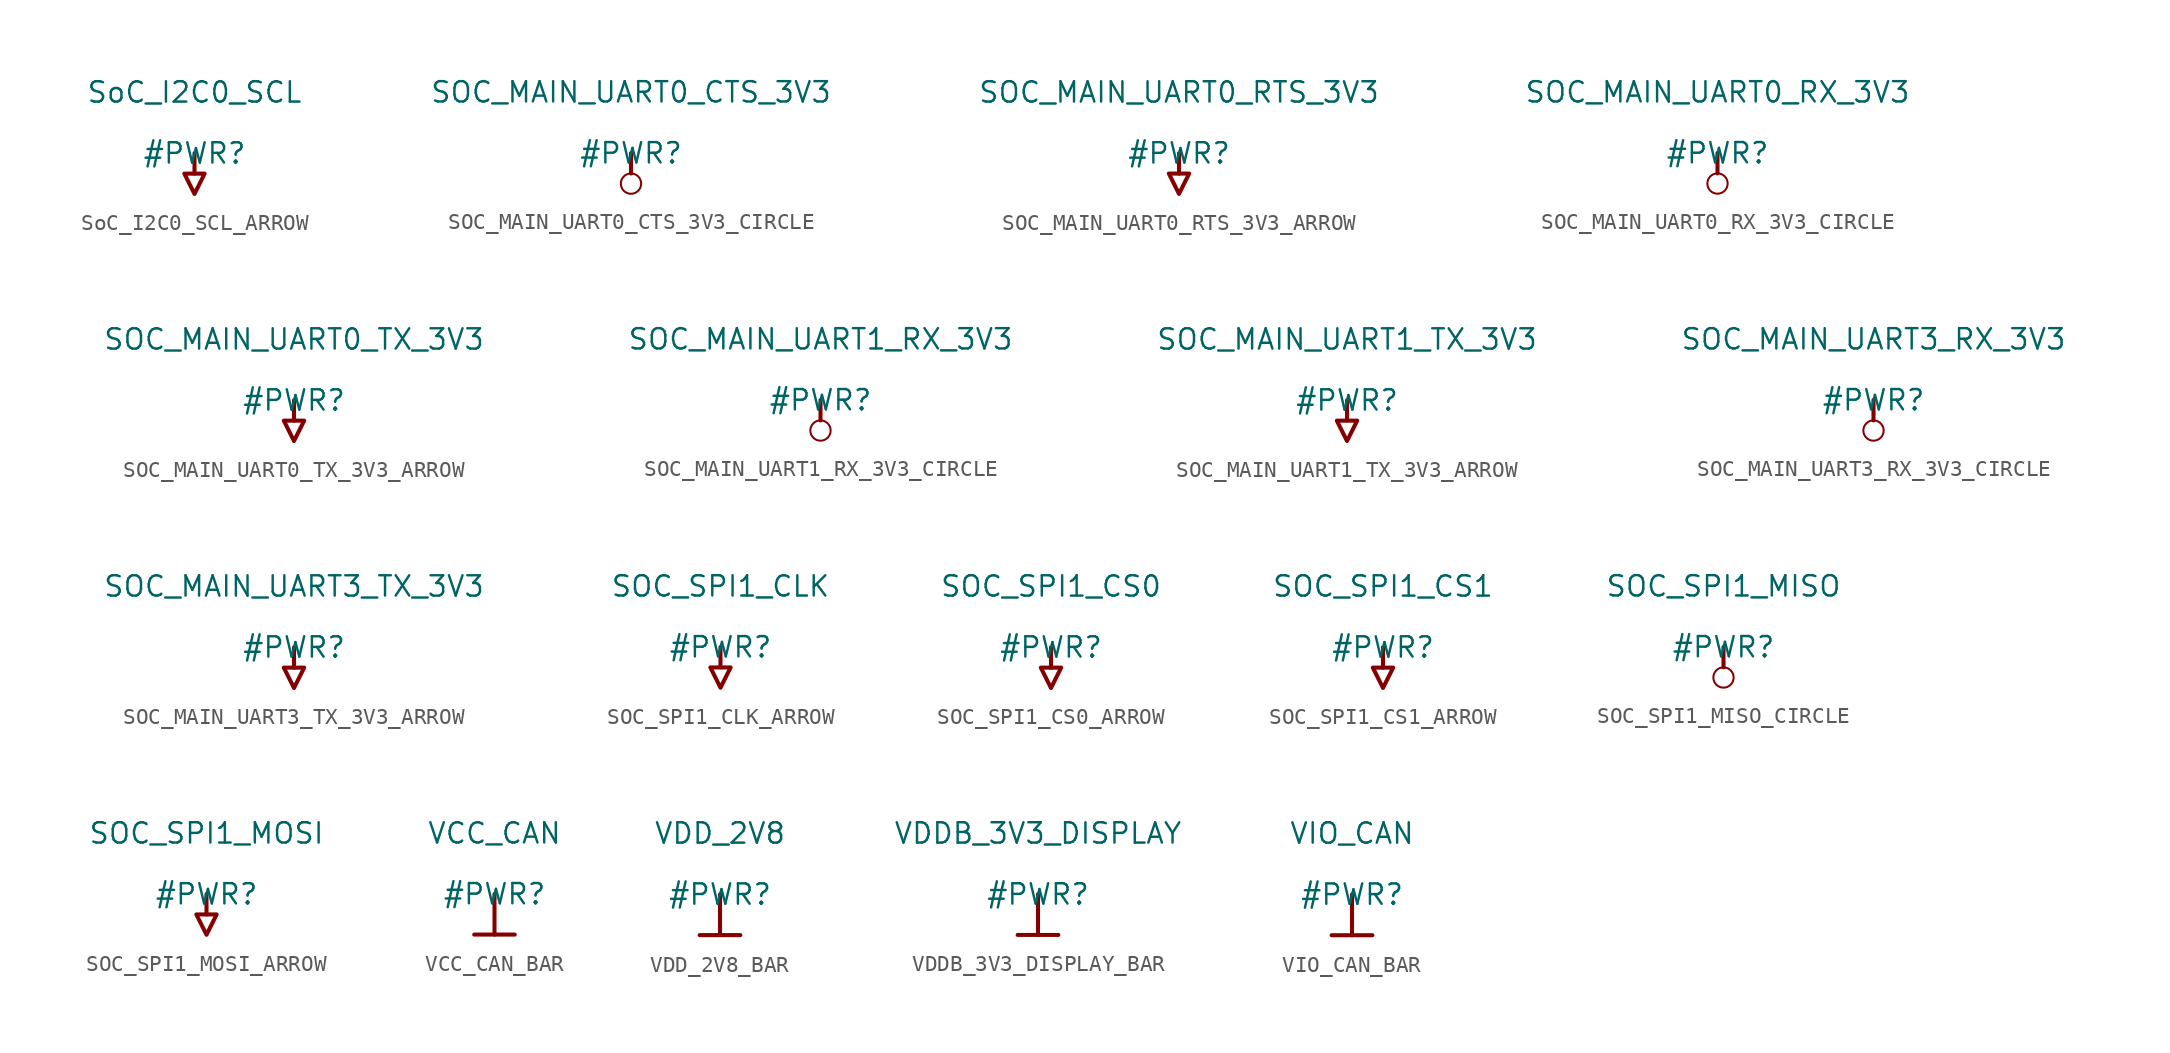
<source format=kicad_sym>
(kicad_symbol_lib
  (version 20231120)
  (generator "kicad_symbol_editor")
  (generator_version "8.0")
  (symbol "SoC_I2C0_SCL_ARROW"
    (power)
    (property "Reference" "#PWR"
      (at 0 0 0)
      (effects (font (size 1.27 1.27))))
    (property "Value" "SoC_I2C0_SCL"
      (at 0 3.81 0)
      (effects (font (size 1.27 1.27))))
    (symbol "SoC_I2C0_SCL_ARROW_0_0"
      (polyline (pts (xy 0 0) (xy 0 -1.27)) (stroke (width 0.254) (type solid)) (fill (type none)))
      (polyline (pts (xy -0.635 -1.27) (xy 0.635 -1.27) (xy 0 -2.54) (xy -0.635 -1.27)) (stroke (width 0.254) (type solid)) (fill (type none)))
      (pin power_in line (at 0 0 0) (length 0) hide (name "SoC_I2C0_SCL" (effects (font (size 1.27 1.27)))) (number "" (effects (font (size 1.27 1.27)))))))
  (symbol "SOC_MAIN_UART0_CTS_3V3_CIRCLE"
    (power)
    (property "Reference" "#PWR"
      (at 0 0 0)
      (effects (font (size 1.27 1.27))))
    (property "Value" "SOC_MAIN_UART0_CTS_3V3"
      (at 0 3.81 0)
      (effects (font (size 1.27 1.27))))
    (symbol "SOC_MAIN_UART0_CTS_3V3_CIRCLE_0_0"
      (circle (center 0 -1.905) (radius 0.635) (stroke (width 0.127) (type solid)) (fill (type none)))
      (polyline (pts (xy 0 0) (xy 0 -1.27)) (stroke (width 0.254) (type solid)) (fill (type none)))
      (pin power_in line (at 0 0 0) (length 0) hide (name "SOC_MAIN_UART0_CTS_3V3" (effects (font (size 1.27 1.27)))) (number "" (effects (font (size 1.27 1.27)))))))
  (symbol "SOC_MAIN_UART0_RTS_3V3_ARROW"
    (power)
    (property "Reference" "#PWR"
      (at 0 0 0)
      (effects (font (size 1.27 1.27))))
    (property "Value" "SOC_MAIN_UART0_RTS_3V3"
      (at 0 3.81 0)
      (effects (font (size 1.27 1.27))))
    (symbol "SOC_MAIN_UART0_RTS_3V3_ARROW_0_0"
      (polyline (pts (xy 0 0) (xy 0 -1.27)) (stroke (width 0.254) (type solid)) (fill (type none)))
      (polyline (pts (xy -0.635 -1.27) (xy 0.635 -1.27) (xy 0 -2.54) (xy -0.635 -1.27)) (stroke (width 0.254) (type solid)) (fill (type none)))
      (pin power_in line (at 0 0 0) (length 0) hide (name "SOC_MAIN_UART0_RTS_3V3" (effects (font (size 1.27 1.27)))) (number "" (effects (font (size 1.27 1.27)))))))
  (symbol "SOC_MAIN_UART0_RX_3V3_CIRCLE"
    (power)
    (property "Reference" "#PWR"
      (at 0 0 0)
      (effects (font (size 1.27 1.27))))
    (property "Value" "SOC_MAIN_UART0_RX_3V3"
      (at 0 3.81 0)
      (effects (font (size 1.27 1.27))))
    (symbol "SOC_MAIN_UART0_RX_3V3_CIRCLE_0_0"
      (circle (center 0 -1.905) (radius 0.635) (stroke (width 0.127) (type solid)) (fill (type none)))
      (polyline (pts (xy 0 0) (xy 0 -1.27)) (stroke (width 0.254) (type solid)) (fill (type none)))
      (pin power_in line (at 0 0 0) (length 0) hide (name "SOC_MAIN_UART0_RX_3V3" (effects (font (size 1.27 1.27)))) (number "" (effects (font (size 1.27 1.27)))))))
  (symbol "SOC_MAIN_UART0_TX_3V3_ARROW"
    (power)
    (property "Reference" "#PWR"
      (at 0 0 0)
      (effects (font (size 1.27 1.27))))
    (property "Value" "SOC_MAIN_UART0_TX_3V3"
      (at 0 3.81 0)
      (effects (font (size 1.27 1.27))))
    (symbol "SOC_MAIN_UART0_TX_3V3_ARROW_0_0"
      (polyline (pts (xy 0 0) (xy 0 -1.27)) (stroke (width 0.254) (type solid)) (fill (type none)))
      (polyline (pts (xy -0.635 -1.27) (xy 0.635 -1.27) (xy 0 -2.54) (xy -0.635 -1.27)) (stroke (width 0.254) (type solid)) (fill (type none)))
      (pin power_in line (at 0 0 0) (length 0) hide (name "SOC_MAIN_UART0_TX_3V3" (effects (font (size 1.27 1.27)))) (number "" (effects (font (size 1.27 1.27)))))))
  (symbol "SOC_MAIN_UART1_RX_3V3_CIRCLE"
    (power)
    (property "Reference" "#PWR"
      (at 0 0 0)
      (effects (font (size 1.27 1.27))))
    (property "Value" "SOC_MAIN_UART1_RX_3V3"
      (at 0 3.81 0)
      (effects (font (size 1.27 1.27))))
    (symbol "SOC_MAIN_UART1_RX_3V3_CIRCLE_0_0"
      (circle (center 0 -1.905) (radius 0.635) (stroke (width 0.127) (type solid)) (fill (type none)))
      (polyline (pts (xy 0 0) (xy 0 -1.27)) (stroke (width 0.254) (type solid)) (fill (type none)))
      (pin power_in line (at 0 0 0) (length 0) hide (name "SOC_MAIN_UART1_RX_3V3" (effects (font (size 1.27 1.27)))) (number "" (effects (font (size 1.27 1.27)))))))
  (symbol "SOC_MAIN_UART1_TX_3V3_ARROW"
    (power)
    (property "Reference" "#PWR"
      (at 0 0 0)
      (effects (font (size 1.27 1.27))))
    (property "Value" "SOC_MAIN_UART1_TX_3V3"
      (at 0 3.81 0)
      (effects (font (size 1.27 1.27))))
    (symbol "SOC_MAIN_UART1_TX_3V3_ARROW_0_0"
      (polyline (pts (xy 0 0) (xy 0 -1.27)) (stroke (width 0.254) (type solid)) (fill (type none)))
      (polyline (pts (xy -0.635 -1.27) (xy 0.635 -1.27) (xy 0 -2.54) (xy -0.635 -1.27)) (stroke (width 0.254) (type solid)) (fill (type none)))
      (pin power_in line (at 0 0 0) (length 0) hide (name "SOC_MAIN_UART1_TX_3V3" (effects (font (size 1.27 1.27)))) (number "" (effects (font (size 1.27 1.27)))))))
  (symbol "SOC_MAIN_UART3_RX_3V3_CIRCLE"
    (power)
    (property "Reference" "#PWR"
      (at 0 0 0)
      (effects (font (size 1.27 1.27))))
    (property "Value" "SOC_MAIN_UART3_RX_3V3"
      (at 0 3.81 0)
      (effects (font (size 1.27 1.27))))
    (symbol "SOC_MAIN_UART3_RX_3V3_CIRCLE_0_0"
      (circle (center 0 -1.905) (radius 0.635) (stroke (width 0.127) (type solid)) (fill (type none)))
      (polyline (pts (xy 0 0) (xy 0 -1.27)) (stroke (width 0.254) (type solid)) (fill (type none)))
      (pin power_in line (at 0 0 0) (length 0) hide (name "SOC_MAIN_UART3_RX_3V3" (effects (font (size 1.27 1.27)))) (number "" (effects (font (size 1.27 1.27)))))))
  (symbol "SOC_MAIN_UART3_TX_3V3_ARROW"
    (power)
    (property "Reference" "#PWR"
      (at 0 0 0)
      (effects (font (size 1.27 1.27))))
    (property "Value" "SOC_MAIN_UART3_TX_3V3"
      (at 0 3.81 0)
      (effects (font (size 1.27 1.27))))
    (symbol "SOC_MAIN_UART3_TX_3V3_ARROW_0_0"
      (polyline (pts (xy 0 0) (xy 0 -1.27)) (stroke (width 0.254) (type solid)) (fill (type none)))
      (polyline (pts (xy -0.635 -1.27) (xy 0.635 -1.27) (xy 0 -2.54) (xy -0.635 -1.27)) (stroke (width 0.254) (type solid)) (fill (type none)))
      (pin power_in line (at 0 0 0) (length 0) hide (name "SOC_MAIN_UART3_TX_3V3" (effects (font (size 1.27 1.27)))) (number "" (effects (font (size 1.27 1.27)))))))
  (symbol "SOC_SPI1_CLK_ARROW"
    (power)
    (property "Reference" "#PWR"
      (at 0 0 0)
      (effects (font (size 1.27 1.27))))
    (property "Value" "SOC_SPI1_CLK"
      (at 0 3.81 0)
      (effects (font (size 1.27 1.27))))
    (symbol "SOC_SPI1_CLK_ARROW_0_0"
      (polyline (pts (xy 0 0) (xy 0 -1.27)) (stroke (width 0.254) (type solid)) (fill (type none)))
      (polyline (pts (xy -0.635 -1.27) (xy 0.635 -1.27) (xy 0 -2.54) (xy -0.635 -1.27)) (stroke (width 0.254) (type solid)) (fill (type none)))
      (pin power_in line (at 0 0 0) (length 0) hide (name "SOC_SPI1_CLK" (effects (font (size 1.27 1.27)))) (number "" (effects (font (size 1.27 1.27)))))))
  (symbol "SOC_SPI1_CS0_ARROW"
    (power)
    (property "Reference" "#PWR"
      (at 0 0 0)
      (effects (font (size 1.27 1.27))))
    (property "Value" "SOC_SPI1_CS0"
      (at 0 3.81 0)
      (effects (font (size 1.27 1.27))))
    (symbol "SOC_SPI1_CS0_ARROW_0_0"
      (polyline (pts (xy 0 0) (xy 0 -1.27)) (stroke (width 0.254) (type solid)) (fill (type none)))
      (polyline (pts (xy -0.635 -1.27) (xy 0.635 -1.27) (xy 0 -2.54) (xy -0.635 -1.27)) (stroke (width 0.254) (type solid)) (fill (type none)))
      (pin power_in line (at 0 0 0) (length 0) hide (name "SOC_SPI1_CS0" (effects (font (size 1.27 1.27)))) (number "" (effects (font (size 1.27 1.27)))))))
  (symbol "SOC_SPI1_CS1_ARROW"
    (power)
    (property "Reference" "#PWR"
      (at 0 0 0)
      (effects (font (size 1.27 1.27))))
    (property "Value" "SOC_SPI1_CS1"
      (at 0 3.81 0)
      (effects (font (size 1.27 1.27))))
    (symbol "SOC_SPI1_CS1_ARROW_0_0"
      (polyline (pts (xy 0 0) (xy 0 -1.27)) (stroke (width 0.254) (type solid)) (fill (type none)))
      (polyline (pts (xy -0.635 -1.27) (xy 0.635 -1.27) (xy 0 -2.54) (xy -0.635 -1.27)) (stroke (width 0.254) (type solid)) (fill (type none)))
      (pin power_in line (at 0 0 0) (length 0) hide (name "SOC_SPI1_CS1" (effects (font (size 1.27 1.27)))) (number "" (effects (font (size 1.27 1.27)))))))
  (symbol "SOC_SPI1_MISO_CIRCLE"
    (power)
    (property "Reference" "#PWR"
      (at 0 0 0)
      (effects (font (size 1.27 1.27))))
    (property "Value" "SOC_SPI1_MISO"
      (at 0 3.81 0)
      (effects (font (size 1.27 1.27))))
    (symbol "SOC_SPI1_MISO_CIRCLE_0_0"
      (circle (center 0 -1.905) (radius 0.635) (stroke (width 0.127) (type solid)) (fill (type none)))
      (polyline (pts (xy 0 0) (xy 0 -1.27)) (stroke (width 0.254) (type solid)) (fill (type none)))
      (pin power_in line (at 0 0 0) (length 0) hide (name "SOC_SPI1_MISO" (effects (font (size 1.27 1.27)))) (number "" (effects (font (size 1.27 1.27)))))))
  (symbol "SOC_SPI1_MOSI_ARROW"
    (power)
    (property "Reference" "#PWR"
      (at 0 0 0)
      (effects (font (size 1.27 1.27))))
    (property "Value" "SOC_SPI1_MOSI"
      (at 0 3.81 0)
      (effects (font (size 1.27 1.27))))
    (symbol "SOC_SPI1_MOSI_ARROW_0_0"
      (polyline (pts (xy 0 0) (xy 0 -1.27)) (stroke (width 0.254) (type solid)) (fill (type none)))
      (polyline (pts (xy -0.635 -1.27) (xy 0.635 -1.27) (xy 0 -2.54) (xy -0.635 -1.27)) (stroke (width 0.254) (type solid)) (fill (type none)))
      (pin power_in line (at 0 0 0) (length 0) hide (name "SOC_SPI1_MOSI" (effects (font (size 1.27 1.27)))) (number "" (effects (font (size 1.27 1.27)))))))
  (symbol "VCC_CAN_BAR"
    (power)
    (property "Reference" "#PWR"
      (at 0 0 0)
      (effects (font (size 1.27 1.27))))
    (property "Value" "VCC_CAN"
      (at 0 3.81 0)
      (effects (font (size 1.27 1.27))))
    (symbol "VCC_CAN_BAR_0_0"
      (polyline (pts (xy -1.27 -2.54) (xy 1.27 -2.54)) (stroke (width 0.254) (type solid)) (fill (type none)))
      (polyline (pts (xy 0 0) (xy 0 -2.54)) (stroke (width 0.254) (type solid)) (fill (type none)))
      (pin power_in line (at 0 0 0) (length 0) hide (name "VCC_CAN" (effects (font (size 1.27 1.27)))) (number "" (effects (font (size 1.27 1.27)))))))
  (symbol "VDD_2V8_BAR"
    (power)
    (property "Reference" "#PWR"
      (at 0 0 0)
      (effects (font (size 1.27 1.27))))
    (property "Value" "VDD_2V8"
      (at 0 3.81 0)
      (effects (font (size 1.27 1.27))))
    (symbol "VDD_2V8_BAR_0_0"
      (polyline (pts (xy -1.27 -2.54) (xy 1.27 -2.54)) (stroke (width 0.254) (type solid)) (fill (type none)))
      (polyline (pts (xy 0 0) (xy 0 -2.54)) (stroke (width 0.254) (type solid)) (fill (type none)))
      (pin power_in line (at 0 0 0) (length 0) hide (name "VDD_2V8" (effects (font (size 1.27 1.27)))) (number "" (effects (font (size 1.27 1.27)))))))
  (symbol "VDDB_3V3_DISPLAY_BAR"
    (power)
    (property "Reference" "#PWR"
      (at 0 0 0)
      (effects (font (size 1.27 1.27))))
    (property "Value" "VDDB_3V3_DISPLAY"
      (at 0 3.81 0)
      (effects (font (size 1.27 1.27))))
    (symbol "VDDB_3V3_DISPLAY_BAR_0_0"
      (polyline (pts (xy -1.27 -2.54) (xy 1.27 -2.54)) (stroke (width 0.254) (type solid)) (fill (type none)))
      (polyline (pts (xy 0 0) (xy 0 -2.54)) (stroke (width 0.254) (type solid)) (fill (type none)))
      (pin power_in line (at 0 0 0) (length 0) hide (name "VDDB_3V3_DISPLAY" (effects (font (size 1.27 1.27)))) (number "" (effects (font (size 1.27 1.27)))))))
  (symbol "VIO_CAN_BAR"
    (power)
    (property "Reference" "#PWR"
      (at 0 0 0)
      (effects (font (size 1.27 1.27))))
    (property "Value" "VIO_CAN"
      (at 0 3.81 0)
      (effects (font (size 1.27 1.27))))
    (symbol "VIO_CAN_BAR_0_0"
      (polyline (pts (xy -1.27 -2.54) (xy 1.27 -2.54)) (stroke (width 0.254) (type solid)) (fill (type none)))
      (polyline (pts (xy 0 0) (xy 0 -2.54)) (stroke (width 0.254) (type solid)) (fill (type none)))
      (pin power_in line (at 0 0 0) (length 0) hide (name "VIO_CAN" (effects (font (size 1.27 1.27)))) (number "" (effects (font (size 1.27 1.27))))))))
</source>
